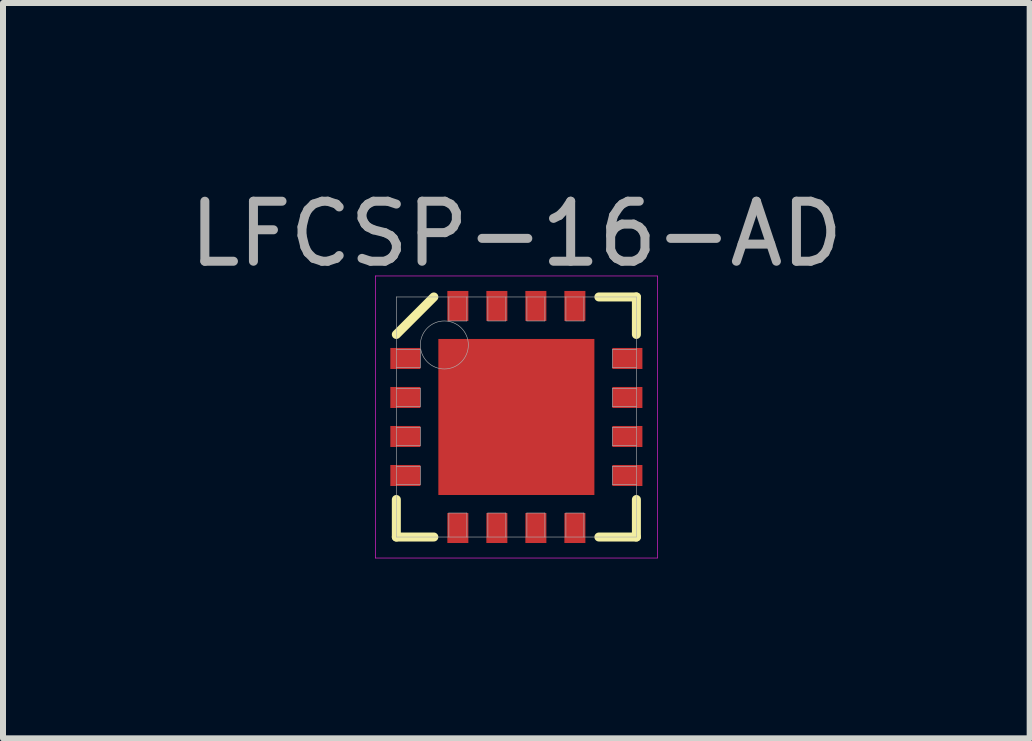
<source format=kicad_pcb>
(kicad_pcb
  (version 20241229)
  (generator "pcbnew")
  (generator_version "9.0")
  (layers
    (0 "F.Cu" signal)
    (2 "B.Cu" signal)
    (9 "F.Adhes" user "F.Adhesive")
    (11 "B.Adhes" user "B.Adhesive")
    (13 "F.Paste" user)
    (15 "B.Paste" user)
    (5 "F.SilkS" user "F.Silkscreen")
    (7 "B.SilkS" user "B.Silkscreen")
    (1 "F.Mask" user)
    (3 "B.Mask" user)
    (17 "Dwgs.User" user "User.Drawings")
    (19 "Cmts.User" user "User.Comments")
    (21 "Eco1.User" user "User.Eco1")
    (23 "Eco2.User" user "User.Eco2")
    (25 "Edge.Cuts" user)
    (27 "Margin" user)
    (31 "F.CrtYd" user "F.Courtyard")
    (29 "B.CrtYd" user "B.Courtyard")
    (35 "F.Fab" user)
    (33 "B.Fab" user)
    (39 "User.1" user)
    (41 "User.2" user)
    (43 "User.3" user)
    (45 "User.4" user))
  (footprint "LFCSP-16-AD"
    (layer "F.Cu")
    (at 5.554 3.898)
    (property "Reference" "LFCSP-16-AD" (at 0 -3.05 0) (layer "F.Fab") (effects (font (size 1 1) (thickness 0.15))))
    (attr through_hole)
    (fp_line (start -2 -1.375) (end -1.375 -2) (stroke (width 0.15) (type solid)) (layer "F.SilkS"))
    (fp_line (start -2 2) (end -2 1.375) (stroke (width 0.15) (type solid)) (layer "F.SilkS"))
    (fp_line (start -1.375 2) (end -2 2) (stroke (width 0.15) (type solid)) (layer "F.SilkS"))
    (fp_line (start 1.375 -2) (end 2 -2) (stroke (width 0.15) (type solid)) (layer "F.SilkS"))
    (fp_line (start 1.375 2) (end 2 2) (stroke (width 0.15) (type solid)) (layer "F.SilkS"))
    (fp_line (start 2 -2) (end 2 -1.375) (stroke (width 0.15) (type solid)) (layer "F.SilkS"))
    (fp_line (start 2 2) (end 2 1.375) (stroke (width 0.15) (type solid)) (layer "F.SilkS"))
    (fp_line (start -2.35 -2.35) (end 2.35 -2.35) (stroke (width 0.01) (type solid)) (layer "F.CrtYd"))
    (fp_line (start -2.35 2.35) (end -2.35 -2.35) (stroke (width 0.01) (type solid)) (layer "F.CrtYd"))
    (fp_line (start 2.35 -2.35) (end 2.35 2.35) (stroke (width 0.01) (type solid)) (layer "F.CrtYd"))
    (fp_line (start 2.35 2.35) (end -2.35 2.35) (stroke (width 0.01) (type solid)) (layer "F.CrtYd"))
    (fp_line (start -2 -2) (end 2 -2) (stroke (width 0.01) (type solid)) (layer "F.Fab"))
    (fp_line (start -2 -0.825) (end -1.6 -0.825) (stroke (width 0.01) (type solid)) (layer "F.Fab"))
    (fp_line (start -2 -0.175) (end -1.6 -0.175) (stroke (width 0.01) (type solid)) (layer "F.Fab"))
    (fp_line (start -2 0.475) (end -1.6 0.475) (stroke (width 0.01) (type solid)) (layer "F.Fab"))
    (fp_line (start -2 1.125) (end -1.6 1.125) (stroke (width 0.01) (type solid)) (layer "F.Fab"))
    (fp_line (start -2 2) (end -2 -2) (stroke (width 0.01) (type solid)) (layer "F.Fab"))
    (fp_line (start -1.6 -1.125) (end -2 -1.125) (stroke (width 0.01) (type solid)) (layer "F.Fab"))
    (fp_line (start -1.6 -0.825) (end -1.6 -1.125) (stroke (width 0.01) (type solid)) (layer "F.Fab"))
    (fp_line (start -1.6 -0.475) (end -2 -0.475) (stroke (width 0.01) (type solid)) (layer "F.Fab"))
    (fp_line (start -1.6 -0.175) (end -1.6 -0.475) (stroke (width 0.01) (type solid)) (layer "F.Fab"))
    (fp_line (start -1.6 0.175) (end -2 0.175) (stroke (width 0.01) (type solid)) (layer "F.Fab"))
    (fp_line (start -1.6 0.475) (end -1.6 0.175) (stroke (width 0.01) (type solid)) (layer "F.Fab"))
    (fp_line (start -1.6 0.825) (end -2 0.825) (stroke (width 0.01) (type solid)) (layer "F.Fab"))
    (fp_line (start -1.6 1.125) (end -1.6 0.825) (stroke (width 0.01) (type solid)) (layer "F.Fab"))
    (fp_line (start -1.125 -2) (end -1.125 -1.6) (stroke (width 0.01) (type solid)) (layer "F.Fab"))
    (fp_line (start -1.125 -1.6) (end -0.825 -1.6) (stroke (width 0.01) (type solid)) (layer "F.Fab"))
    (fp_line (start -1.125 1.6) (end -1.125 2) (stroke (width 0.01) (type solid)) (layer "F.Fab"))
    (fp_line (start -0.825 -1.6) (end -0.825 -2) (stroke (width 0.01) (type solid)) (layer "F.Fab"))
    (fp_line (start -0.825 1.6) (end -1.125 1.6) (stroke (width 0.01) (type solid)) (layer "F.Fab"))
    (fp_line (start -0.825 2) (end -0.825 1.6) (stroke (width 0.01) (type solid)) (layer "F.Fab"))
    (fp_line (start -0.475 -2) (end -0.475 -1.6) (stroke (width 0.01) (type solid)) (layer "F.Fab"))
    (fp_line (start -0.475 -1.6) (end -0.175 -1.6) (stroke (width 0.01) (type solid)) (layer "F.Fab"))
    (fp_line (start -0.475 1.6) (end -0.475 2) (stroke (width 0.01) (type solid)) (layer "F.Fab"))
    (fp_line (start -0.175 -1.6) (end -0.175 -2) (stroke (width 0.01) (type solid)) (layer "F.Fab"))
    (fp_line (start -0.175 1.6) (end -0.475 1.6) (stroke (width 0.01) (type solid)) (layer "F.Fab"))
    (fp_line (start -0.175 2) (end -0.175 1.6) (stroke (width 0.01) (type solid)) (layer "F.Fab"))
    (fp_line (start 0.175 -2) (end 0.175 -1.6) (stroke (width 0.01) (type solid)) (layer "F.Fab"))
    (fp_line (start 0.175 -1.6) (end 0.475 -1.6) (stroke (width 0.01) (type solid)) (layer "F.Fab"))
    (fp_line (start 0.175 1.6) (end 0.175 2) (stroke (width 0.01) (type solid)) (layer "F.Fab"))
    (fp_line (start 0.475 -1.6) (end 0.475 -2) (stroke (width 0.01) (type solid)) (layer "F.Fab"))
    (fp_line (start 0.475 1.6) (end 0.175 1.6) (stroke (width 0.01) (type solid)) (layer "F.Fab"))
    (fp_line (start 0.475 2) (end 0.475 1.6) (stroke (width 0.01) (type solid)) (layer "F.Fab"))
    (fp_line (start 0.825 -2) (end 0.825 -1.6) (stroke (width 0.01) (type solid)) (layer "F.Fab"))
    (fp_line (start 0.825 -1.6) (end 1.125 -1.6) (stroke (width 0.01) (type solid)) (layer "F.Fab"))
    (fp_line (start 0.825 1.6) (end 0.825 2) (stroke (width 0.01) (type solid)) (layer "F.Fab"))
    (fp_line (start 1.125 -1.6) (end 1.125 -2) (stroke (width 0.01) (type solid)) (layer "F.Fab"))
    (fp_line (start 1.125 1.6) (end 0.825 1.6) (stroke (width 0.01) (type solid)) (layer "F.Fab"))
    (fp_line (start 1.125 2) (end 1.125 1.6) (stroke (width 0.01) (type solid)) (layer "F.Fab"))
    (fp_line (start 1.6 -1.125) (end 1.6 -0.825) (stroke (width 0.01) (type solid)) (layer "F.Fab"))
    (fp_line (start 1.6 -0.825) (end 2 -0.825) (stroke (width 0.01) (type solid)) (layer "F.Fab"))
    (fp_line (start 1.6 -0.475) (end 1.6 -0.175) (stroke (width 0.01) (type solid)) (layer "F.Fab"))
    (fp_line (start 1.6 -0.175) (end 2 -0.175) (stroke (width 0.01) (type solid)) (layer "F.Fab"))
    (fp_line (start 1.6 0.175) (end 1.6 0.475) (stroke (width 0.01) (type solid)) (layer "F.Fab"))
    (fp_line (start 1.6 0.475) (end 2 0.475) (stroke (width 0.01) (type solid)) (layer "F.Fab"))
    (fp_line (start 1.6 0.825) (end 1.6 1.125) (stroke (width 0.01) (type solid)) (layer "F.Fab"))
    (fp_line (start 1.6 1.125) (end 2 1.125) (stroke (width 0.01) (type solid)) (layer "F.Fab"))
    (fp_line (start 2 -2) (end 2 2) (stroke (width 0.01) (type solid)) (layer "F.Fab"))
    (fp_line (start 2 -1.125) (end 1.6 -1.125) (stroke (width 0.01) (type solid)) (layer "F.Fab"))
    (fp_line (start 2 -0.475) (end 1.6 -0.475) (stroke (width 0.01) (type solid)) (layer "F.Fab"))
    (fp_line (start 2 0.175) (end 1.6 0.175) (stroke (width 0.01) (type solid)) (layer "F.Fab"))
    (fp_line (start 2 0.825) (end 1.6 0.825) (stroke (width 0.01) (type solid)) (layer "F.Fab"))
    (fp_line (start 2 2) (end -2 2) (stroke (width 0.01) (type solid)) (layer "F.Fab"))
    (fp_circle (center -1.2 -1.2) (end -1.2 -0.8) (stroke (width 0.01) (type solid)) (fill no) (layer "F.Fab"))
    (pad "" smd rect (at -0.6 -0.6) (size 1 1) (layers "F.Paste"))
    (pad "" smd rect (at -0.6 0.6) (size 1 1) (layers "F.Paste"))
    (pad "" smd rect (at 0.6 -0.6) (size 1 1) (layers "F.Paste"))
    (pad "" smd rect (at 0.6 0.6) (size 1 1) (layers "F.Paste"))
    (pad "1" smd rect (at -1.85 -0.975) (size 0.5 0.35) (layers "F.Cu" "F.Mask" "F.Paste"))
    (pad "2" smd rect (at -1.85 -0.325) (size 0.5 0.35) (layers "F.Cu" "F.Mask" "F.Paste"))
    (pad "3" smd rect (at -1.85 0.325) (size 0.5 0.35) (layers "F.Cu" "F.Mask" "F.Paste"))
    (pad "4" smd rect (at -1.85 0.975) (size 0.5 0.35) (layers "F.Cu" "F.Mask" "F.Paste"))
    (pad "5" smd rect (at -0.975 1.85) (size 0.35 0.5) (layers "F.Cu" "F.Mask" "F.Paste"))
    (pad "6" smd rect (at -0.325 1.85) (size 0.35 0.5) (layers "F.Cu" "F.Mask" "F.Paste"))
    (pad "7" smd rect (at 0.325 1.85) (size 0.35 0.5) (layers "F.Cu" "F.Mask" "F.Paste"))
    (pad "8" smd rect (at 0.975 1.85) (size 0.35 0.5) (layers "F.Cu" "F.Mask" "F.Paste"))
    (pad "9" smd rect (at 1.85 0.975) (size 0.5 0.35) (layers "F.Cu" "F.Mask" "F.Paste"))
    (pad "10" smd rect (at 1.85 0.325) (size 0.5 0.35) (layers "F.Cu" "F.Mask" "F.Paste"))
    (pad "11" smd rect (at 1.85 -0.325) (size 0.5 0.35) (layers "F.Cu" "F.Mask" "F.Paste"))
    (pad "12" smd rect (at 1.85 -0.975) (size 0.5 0.35) (layers "F.Cu" "F.Mask" "F.Paste"))
    (pad "13" smd rect (at 0.975 -1.85) (size 0.35 0.5) (layers "F.Cu" "F.Mask" "F.Paste"))
    (pad "14" smd rect (at 0.325 -1.85) (size 0.35 0.5) (layers "F.Cu" "F.Mask" "F.Paste"))
    (pad "15" smd rect (at -0.325 -1.85) (size 0.35 0.5) (layers "F.Cu" "F.Mask" "F.Paste"))
    (pad "16" smd rect (at -0.975 -1.85) (size 0.35 0.5) (layers "F.Cu" "F.Mask" "F.Paste"))
    (pad "EP" smd rect (at 0 0) (size 2.6 2.6) (layers "F.Cu" "F.Mask")))
  (gr_rect
    (start -3 -3)
    (end 14.107 9.253)
    (stroke (width 0.1) (type default))
    (fill no)
    (layer "Edge.Cuts")))
</source>
